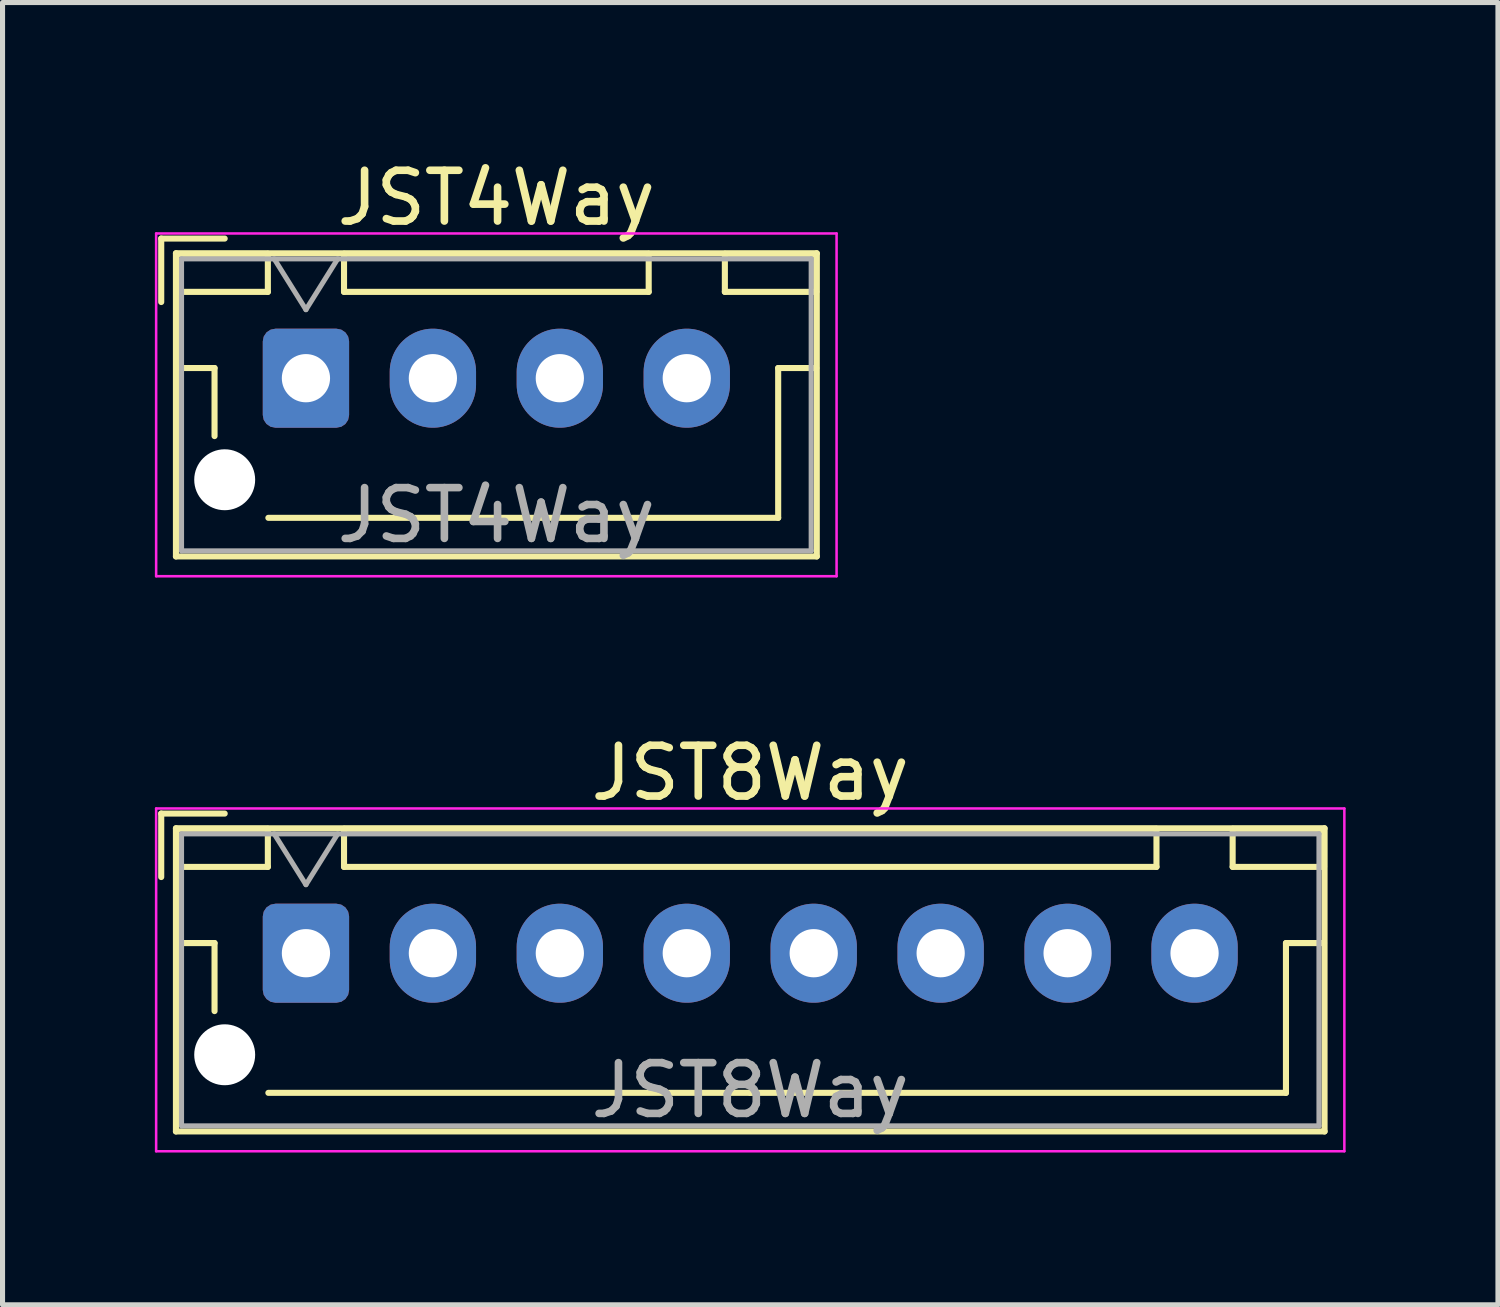
<source format=kicad_pcb>
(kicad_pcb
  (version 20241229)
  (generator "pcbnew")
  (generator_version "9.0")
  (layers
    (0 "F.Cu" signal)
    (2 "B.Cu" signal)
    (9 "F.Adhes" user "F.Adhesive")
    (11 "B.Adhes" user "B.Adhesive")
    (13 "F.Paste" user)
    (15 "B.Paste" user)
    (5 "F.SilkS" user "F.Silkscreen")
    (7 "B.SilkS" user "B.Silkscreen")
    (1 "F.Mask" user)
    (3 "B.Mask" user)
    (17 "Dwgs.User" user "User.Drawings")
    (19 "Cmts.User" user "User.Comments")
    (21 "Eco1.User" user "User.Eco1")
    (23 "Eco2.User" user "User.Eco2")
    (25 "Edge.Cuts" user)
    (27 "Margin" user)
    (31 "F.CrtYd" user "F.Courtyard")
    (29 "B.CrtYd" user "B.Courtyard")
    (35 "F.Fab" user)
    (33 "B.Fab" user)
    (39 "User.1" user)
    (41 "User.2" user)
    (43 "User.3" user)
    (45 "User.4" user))
  (footprint "JST4Way"
    (layer "F.Cu")
    (at 2.975 4.398)
    (property "Reference" "JST4Way" (at 3.75 -3.55 0) (layer "F.SilkS") (effects (font (size 1 1) (thickness 0.15))))
    (attr through_hole)
    (fp_line (start -2.85 -2.75) (end -2.85 -1.5) (stroke (width 0.12) (type solid)) (layer "F.SilkS"))
    (fp_line (start -2.56 -2.46) (end -2.56 3.51) (stroke (width 0.12) (type solid)) (layer "F.SilkS"))
    (fp_line (start -2.56 3.51) (end 10.06 3.51) (stroke (width 0.12) (type solid)) (layer "F.SilkS"))
    (fp_line (start -2.55 -2.45) (end -2.55 -1.7) (stroke (width 0.12) (type solid)) (layer "F.SilkS"))
    (fp_line (start -2.55 -1.7) (end -0.75 -1.7) (stroke (width 0.12) (type solid)) (layer "F.SilkS"))
    (fp_line (start -2.55 -0.2) (end -1.8 -0.2) (stroke (width 0.12) (type solid)) (layer "F.SilkS"))
    (fp_line (start -1.8 -0.2) (end -1.8 1.14) (stroke (width 0.12) (type solid)) (layer "F.SilkS"))
    (fp_line (start -1.6 -2.75) (end -2.85 -2.75) (stroke (width 0.12) (type solid)) (layer "F.SilkS"))
    (fp_line (start -0.75 -2.45) (end -2.55 -2.45) (stroke (width 0.12) (type solid)) (layer "F.SilkS"))
    (fp_line (start -0.75 -1.7) (end -0.75 -2.45) (stroke (width 0.12) (type solid)) (layer "F.SilkS"))
    (fp_line (start 0.75 -2.45) (end 0.75 -1.7) (stroke (width 0.12) (type solid)) (layer "F.SilkS"))
    (fp_line (start 0.75 -1.7) (end 6.75 -1.7) (stroke (width 0.12) (type solid)) (layer "F.SilkS"))
    (fp_line (start 3.75 2.75) (end -0.74 2.75) (stroke (width 0.12) (type solid)) (layer "F.SilkS"))
    (fp_line (start 6.75 -2.45) (end 0.75 -2.45) (stroke (width 0.12) (type solid)) (layer "F.SilkS"))
    (fp_line (start 6.75 -1.7) (end 6.75 -2.45) (stroke (width 0.12) (type solid)) (layer "F.SilkS"))
    (fp_line (start 8.25 -2.45) (end 8.25 -1.7) (stroke (width 0.12) (type solid)) (layer "F.SilkS"))
    (fp_line (start 8.25 -1.7) (end 10.05 -1.7) (stroke (width 0.12) (type solid)) (layer "F.SilkS"))
    (fp_line (start 9.3 -0.2) (end 9.3 2.75) (stroke (width 0.12) (type solid)) (layer "F.SilkS"))
    (fp_line (start 9.3 2.75) (end 3.75 2.75) (stroke (width 0.12) (type solid)) (layer "F.SilkS"))
    (fp_line (start 10.05 -2.45) (end 8.25 -2.45) (stroke (width 0.12) (type solid)) (layer "F.SilkS"))
    (fp_line (start 10.05 -1.7) (end 10.05 -2.45) (stroke (width 0.12) (type solid)) (layer "F.SilkS"))
    (fp_line (start 10.05 -0.2) (end 9.3 -0.2) (stroke (width 0.12) (type solid)) (layer "F.SilkS"))
    (fp_line (start 10.06 -2.46) (end -2.56 -2.46) (stroke (width 0.12) (type solid)) (layer "F.SilkS"))
    (fp_line (start 10.06 3.51) (end 10.06 -2.46) (stroke (width 0.12) (type solid)) (layer "F.SilkS"))
    (fp_line (start -2.95 -2.85) (end -2.95 3.9) (stroke (width 0.05) (type solid)) (layer "F.CrtYd"))
    (fp_line (start -2.95 3.9) (end 10.45 3.9) (stroke (width 0.05) (type solid)) (layer "F.CrtYd"))
    (fp_line (start 10.45 -2.85) (end -2.95 -2.85) (stroke (width 0.05) (type solid)) (layer "F.CrtYd"))
    (fp_line (start 10.45 3.9) (end 10.45 -2.85) (stroke (width 0.05) (type solid)) (layer "F.CrtYd"))
    (fp_line (start -2.45 -2.35) (end -2.45 3.4) (stroke (width 0.1) (type solid)) (layer "F.Fab"))
    (fp_line (start -2.45 3.4) (end 9.95 3.4) (stroke (width 0.1) (type solid)) (layer "F.Fab"))
    (fp_line (start -0.625 -2.35) (end 0 -1.35) (stroke (width 0.1) (type solid)) (layer "F.Fab"))
    (fp_line (start 0 -1.35) (end 0.625 -2.35) (stroke (width 0.1) (type solid)) (layer "F.Fab"))
    (fp_line (start 9.95 -2.35) (end -2.45 -2.35) (stroke (width 0.1) (type solid)) (layer "F.Fab"))
    (fp_line (start 9.95 3.4) (end 9.95 -2.35) (stroke (width 0.1) (type solid)) (layer "F.Fab"))
    (fp_text user "${REFERENCE}" (at 3.75 2.7 0) (layer "F.Fab") (effects (font (size 1 1) (thickness 0.15))))
    (pad "" np_thru_hole circle (at -1.6 2) (size 1.2 1.2) (drill 1.2) (layers "*.Cu" "*.Mask"))
    (pad "1" thru_hole roundrect (at 0 0) (size 1.7 1.95) (drill 0.95) (layers "*.Cu" "*.Mask") (roundrect_rratio 0.147))
    (pad "2" thru_hole oval (at 2.5 0) (size 1.7 1.95) (drill 0.95) (layers "*.Cu" "*.Mask"))
    (pad "3" thru_hole oval (at 5 0) (size 1.7 1.95) (drill 0.95) (layers "*.Cu" "*.Mask"))
    (pad "4" thru_hole oval (at 7.5 0) (size 1.7 1.95) (drill 0.95) (layers "*.Cu" "*.Mask")))
  (footprint "JST8Way"
    (layer "F.Cu")
    (at 2.975 15.722)
    (property "Reference" "JST8Way" (at 8.75 -3.55 0) (layer "F.SilkS") (effects (font (size 1 1) (thickness 0.15))))
    (attr through_hole)
    (fp_line (start -2.85 -2.75) (end -2.85 -1.5) (stroke (width 0.12) (type solid)) (layer "F.SilkS"))
    (fp_line (start -2.56 -2.46) (end -2.56 3.51) (stroke (width 0.12) (type solid)) (layer "F.SilkS"))
    (fp_line (start -2.56 3.51) (end 20.06 3.51) (stroke (width 0.12) (type solid)) (layer "F.SilkS"))
    (fp_line (start -2.55 -2.45) (end -2.55 -1.7) (stroke (width 0.12) (type solid)) (layer "F.SilkS"))
    (fp_line (start -2.55 -1.7) (end -0.75 -1.7) (stroke (width 0.12) (type solid)) (layer "F.SilkS"))
    (fp_line (start -2.55 -0.2) (end -1.8 -0.2) (stroke (width 0.12) (type solid)) (layer "F.SilkS"))
    (fp_line (start -1.8 -0.2) (end -1.8 1.14) (stroke (width 0.12) (type solid)) (layer "F.SilkS"))
    (fp_line (start -1.6 -2.75) (end -2.85 -2.75) (stroke (width 0.12) (type solid)) (layer "F.SilkS"))
    (fp_line (start -0.75 -2.45) (end -2.55 -2.45) (stroke (width 0.12) (type solid)) (layer "F.SilkS"))
    (fp_line (start -0.75 -1.7) (end -0.75 -2.45) (stroke (width 0.12) (type solid)) (layer "F.SilkS"))
    (fp_line (start 0.75 -2.45) (end 0.75 -1.7) (stroke (width 0.12) (type solid)) (layer "F.SilkS"))
    (fp_line (start 0.75 -1.7) (end 16.75 -1.7) (stroke (width 0.12) (type solid)) (layer "F.SilkS"))
    (fp_line (start 8.75 2.75) (end -0.74 2.75) (stroke (width 0.12) (type solid)) (layer "F.SilkS"))
    (fp_line (start 16.75 -2.45) (end 0.75 -2.45) (stroke (width 0.12) (type solid)) (layer "F.SilkS"))
    (fp_line (start 16.75 -1.7) (end 16.75 -2.45) (stroke (width 0.12) (type solid)) (layer "F.SilkS"))
    (fp_line (start 18.25 -2.45) (end 18.25 -1.7) (stroke (width 0.12) (type solid)) (layer "F.SilkS"))
    (fp_line (start 18.25 -1.7) (end 20.05 -1.7) (stroke (width 0.12) (type solid)) (layer "F.SilkS"))
    (fp_line (start 19.3 -0.2) (end 19.3 2.75) (stroke (width 0.12) (type solid)) (layer "F.SilkS"))
    (fp_line (start 19.3 2.75) (end 8.75 2.75) (stroke (width 0.12) (type solid)) (layer "F.SilkS"))
    (fp_line (start 20.05 -2.45) (end 18.25 -2.45) (stroke (width 0.12) (type solid)) (layer "F.SilkS"))
    (fp_line (start 20.05 -1.7) (end 20.05 -2.45) (stroke (width 0.12) (type solid)) (layer "F.SilkS"))
    (fp_line (start 20.05 -0.2) (end 19.3 -0.2) (stroke (width 0.12) (type solid)) (layer "F.SilkS"))
    (fp_line (start 20.06 -2.46) (end -2.56 -2.46) (stroke (width 0.12) (type solid)) (layer "F.SilkS"))
    (fp_line (start 20.06 3.51) (end 20.06 -2.46) (stroke (width 0.12) (type solid)) (layer "F.SilkS"))
    (fp_line (start -2.95 -2.85) (end -2.95 3.9) (stroke (width 0.05) (type solid)) (layer "F.CrtYd"))
    (fp_line (start -2.95 3.9) (end 20.45 3.9) (stroke (width 0.05) (type solid)) (layer "F.CrtYd"))
    (fp_line (start 20.45 -2.85) (end -2.95 -2.85) (stroke (width 0.05) (type solid)) (layer "F.CrtYd"))
    (fp_line (start 20.45 3.9) (end 20.45 -2.85) (stroke (width 0.05) (type solid)) (layer "F.CrtYd"))
    (fp_line (start -2.45 -2.35) (end -2.45 3.4) (stroke (width 0.1) (type solid)) (layer "F.Fab"))
    (fp_line (start -2.45 3.4) (end 19.95 3.4) (stroke (width 0.1) (type solid)) (layer "F.Fab"))
    (fp_line (start -0.625 -2.35) (end 0 -1.35) (stroke (width 0.1) (type solid)) (layer "F.Fab"))
    (fp_line (start 0 -1.35) (end 0.625 -2.35) (stroke (width 0.1) (type solid)) (layer "F.Fab"))
    (fp_line (start 19.95 -2.35) (end -2.45 -2.35) (stroke (width 0.1) (type solid)) (layer "F.Fab"))
    (fp_line (start 19.95 3.4) (end 19.95 -2.35) (stroke (width 0.1) (type solid)) (layer "F.Fab"))
    (fp_text user "${REFERENCE}" (at 8.75 2.7 0) (layer "F.Fab") (effects (font (size 1 1) (thickness 0.15))))
    (pad "" np_thru_hole circle (at -1.6 2) (size 1.2 1.2) (drill 1.2) (layers "*.Cu" "*.Mask"))
    (pad "1" thru_hole roundrect (at 0 0) (size 1.7 1.95) (drill 0.95) (layers "*.Cu" "*.Mask") (roundrect_rratio 0.147))
    (pad "2" thru_hole oval (at 2.5 0) (size 1.7 1.95) (drill 0.95) (layers "*.Cu" "*.Mask"))
    (pad "3" thru_hole oval (at 5 0) (size 1.7 1.95) (drill 0.95) (layers "*.Cu" "*.Mask"))
    (pad "4" thru_hole oval (at 7.5 0) (size 1.7 1.95) (drill 0.95) (layers "*.Cu" "*.Mask"))
    (pad "5" thru_hole oval (at 10 0) (size 1.7 1.95) (drill 0.95) (layers "*.Cu" "*.Mask"))
    (pad "6" thru_hole oval (at 12.5 0) (size 1.7 1.95) (drill 0.95) (layers "*.Cu" "*.Mask"))
    (pad "7" thru_hole oval (at 15 0) (size 1.7 1.95) (drill 0.95) (layers "*.Cu" "*.Mask"))
    (pad "8" thru_hole oval (at 17.5 0) (size 1.7 1.95) (drill 0.95) (layers "*.Cu" "*.Mask")))
  (gr_rect
    (start -3 -3)
    (end 26.45 22.646)
    (stroke (width 0.1) (type default))
    (fill no)
    (layer "Edge.Cuts")))
</source>
